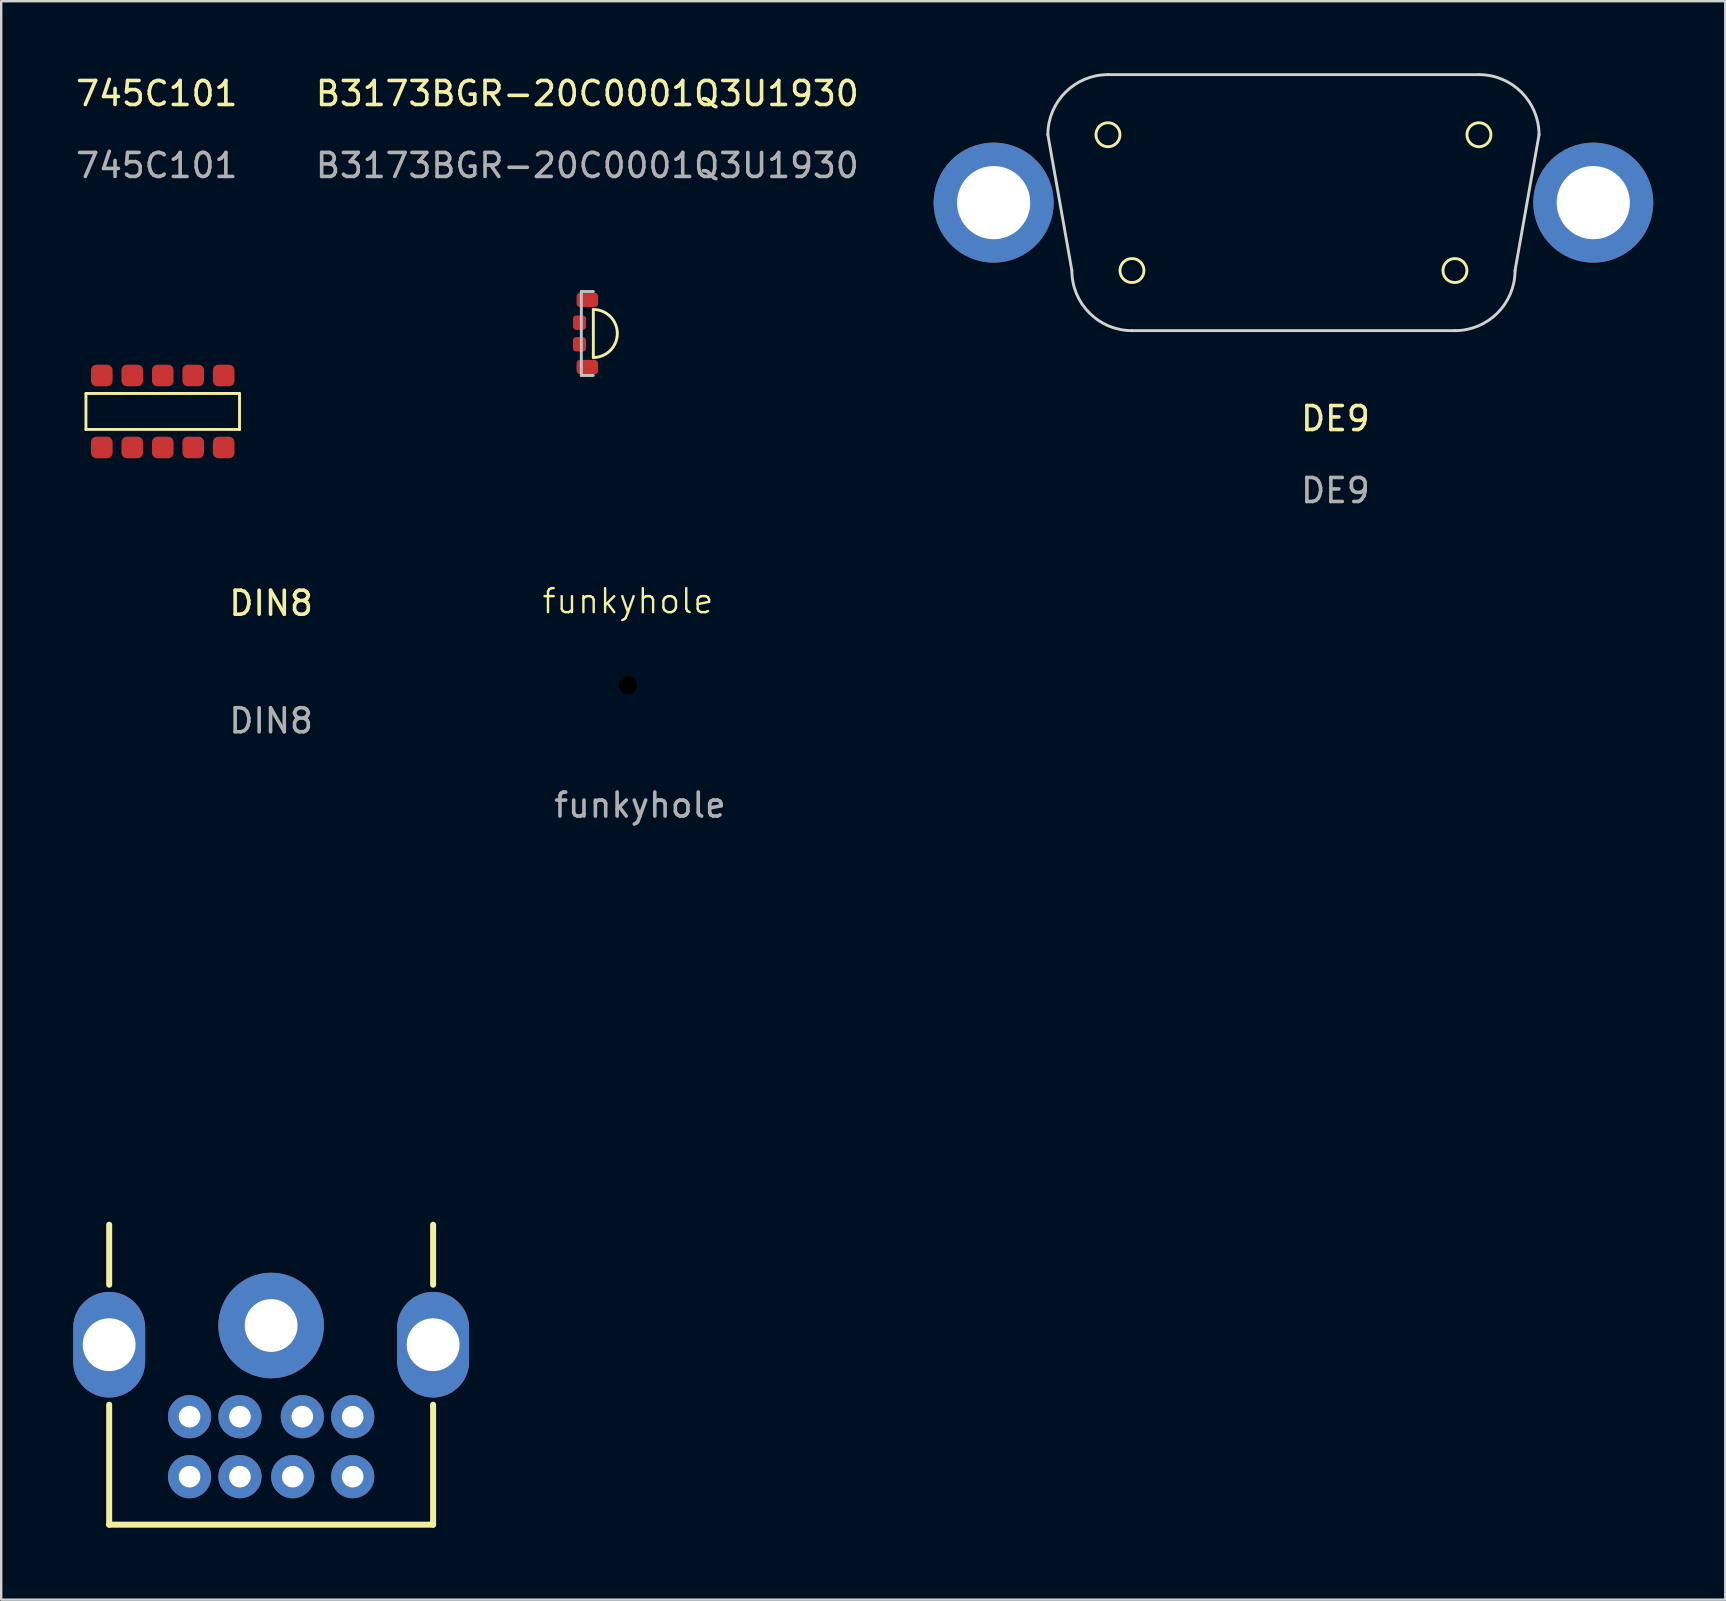
<source format=kicad_pcb>
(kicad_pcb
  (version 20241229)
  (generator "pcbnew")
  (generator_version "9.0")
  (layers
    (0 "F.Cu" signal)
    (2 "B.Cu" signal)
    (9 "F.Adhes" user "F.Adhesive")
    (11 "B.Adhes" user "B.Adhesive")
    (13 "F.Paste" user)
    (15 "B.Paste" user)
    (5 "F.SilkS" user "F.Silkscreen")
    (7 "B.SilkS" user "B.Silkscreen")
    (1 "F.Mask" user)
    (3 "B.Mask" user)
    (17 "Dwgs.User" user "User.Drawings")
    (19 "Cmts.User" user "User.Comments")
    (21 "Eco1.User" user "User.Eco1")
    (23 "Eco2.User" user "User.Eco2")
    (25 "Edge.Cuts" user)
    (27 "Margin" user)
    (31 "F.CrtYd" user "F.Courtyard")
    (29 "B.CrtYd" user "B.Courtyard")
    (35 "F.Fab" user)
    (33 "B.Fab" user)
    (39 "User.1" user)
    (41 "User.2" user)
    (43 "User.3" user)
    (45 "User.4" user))
  (footprint "DE9"
    (layer "F.Cu")
    (at 50.856 5.395)
    (property "Reference" "DE9" (at 1.75 9 0) (unlocked yes) (layer "F.SilkS") (effects (font (size 1 1) (thickness 0.15))))
    (attr through_hole)
    (fp_circle (center -7.73 -2.83) (end -7.23 -2.83) (stroke (width 0.12) (type solid)) (fill no) (layer "F.SilkS"))
    (fp_circle (center -6.73 2.83) (end -6.23 2.83) (stroke (width 0.12) (type solid)) (fill no) (layer "F.SilkS"))
    (fp_circle (center 6.73 2.83) (end 6.23 2.83) (stroke (width 0.12) (type solid)) (fill no) (layer "F.SilkS"))
    (fp_circle (center 7.73 -2.83) (end 7.23 -2.83) (stroke (width 0.12) (type solid)) (fill no) (layer "F.SilkS"))
    (fp_line (start -9.235 2.83) (end -10.235 -2.83) (stroke (width 0.12) (type solid)) (layer "Edge.Cuts"))
    (fp_line (start -7.73 -5.335) (end 7.73 -5.335) (stroke (width 0.12) (type solid)) (layer "Edge.Cuts"))
    (fp_line (start -6.73 5.335) (end 6.73 5.335) (stroke (width 0.12) (type solid)) (layer "Edge.Cuts"))
    (fp_line (start 9.235 2.83) (end 10.235 -2.83) (stroke (width 0.12) (type solid)) (layer "Edge.Cuts"))
    (fp_arc (start -10.235 -2.83) (mid -9.501302 -4.601302) (end -7.73 -5.335) (stroke (width 0.12) (type solid)) (layer "Edge.Cuts"))
    (fp_arc (start -6.73 5.335) (mid -8.501302 4.601302) (end -9.235 2.83) (stroke (width 0.12) (type solid)) (layer "Edge.Cuts"))
    (fp_arc (start 7.73 -5.335) (mid 9.501302 -4.601302) (end 10.235 -2.83) (stroke (width 0.12) (type solid)) (layer "Edge.Cuts"))
    (fp_arc (start 9.235 2.83) (mid 8.501302 4.601302) (end 6.73 5.335) (stroke (width 0.12) (type solid)) (layer "Edge.Cuts"))
    (fp_text user "${REFERENCE}" (at 1.75 12 0) (unlocked yes) (layer "F.Fab") (effects (font (size 1 1) (thickness 0.15))))
    (pad "1" thru_hole circle (at -12.495 0) (size 5 5) (drill 3.05) (layers "*.Cu" "*.Mask"))
    (pad "1" thru_hole circle (at 12.495 0) (size 5 5) (drill 3.05) (layers "*.Cu" "*.Mask")))
  (footprint "funkyhole"
    (layer "F.Cu")
    (at 23.121 25.504)
    (property "Reference" "funkyhole" (at 0 -3.5 0) (unlocked yes) (layer "F.SilkS") (effects (font (size 1 1) (thickness 0.1))))
    (attr through_hole)
    (fp_text user "${REFERENCE}" (at 0.5 5 0) (unlocked yes) (layer "F.Fab") (effects (font (size 1 1) (thickness 0.15))))
    (pad "" np_thru_hole circle (at 0 0) (size 1.57 1.57) (drill 0.762) (layers "*.Mask"))
    (zone (net_name "") (layer "B.Cu") (hatch edge 0.5) (connect_pads) (min_thickness 0.25) (filled_areas_thickness no) (keepout (tracks allowed) (vias allowed) (pads allowed) (copperpour not_allowed) (footprints allowed)) (placement (enabled no)) (fill) (polygon (pts (xy 23.865 25.504) (xy 23.846 25.338) (xy 23.791 25.181) (xy 23.702 25.04) (xy 23.585 24.923) (xy 23.444 24.834) (xy 23.287 24.779) (xy 23.121 24.761) (xy 22.956 24.779) (xy 22.799 24.834) (xy 22.658 24.923) (xy 22.54 25.04) (xy 22.452 25.181) (xy 22.397 25.338) (xy 22.378 25.504) (xy 22.397 25.669) (xy 22.452 25.826) (xy 22.54 25.967) (xy 22.658 26.085) (xy 22.799 26.173) (xy 22.956 26.228) (xy 23.121 26.247) (xy 23.287 26.228) (xy 23.444 26.173) (xy 23.585 26.085) (xy 23.702 25.967) (xy 23.791 25.826) (xy 23.846 25.669)))))
  (footprint "DIN8"
    (layer "F.Cu")
    (at 8.25 47.492)
    (property "Reference" "DIN8" (at 0 -25.4 0) (unlocked yes) (layer "F.SilkS") (effects (font (size 1 1) (thickness 0.15))))
    (attr through_hole)
    (fp_line (start -6.75 3) (end -6.75 0.5) (stroke (width 0.25) (type solid)) (layer "F.SilkS"))
    (fp_line (start -6.75 8) (end -6.75 13) (stroke (width 0.25) (type solid)) (layer "F.SilkS"))
    (fp_line (start -6.75 13) (end 6.75 13) (stroke (width 0.25) (type solid)) (layer "F.SilkS"))
    (fp_line (start 6.75 3) (end 6.75 0.5) (stroke (width 0.25) (type solid)) (layer "F.SilkS"))
    (fp_line (start 6.75 13) (end 6.75 8) (stroke (width 0.25) (type solid)) (layer "F.SilkS"))
    (fp_text user "${REFERENCE}" (at 0 -20.5 0) (unlocked yes) (layer "F.Fab") (effects (font (size 1 1) (thickness 0.15))))
    (pad "1" thru_hole circle (at -1.3 8.5) (size 1.8 1.8) (drill 0.9) (layers "*.Cu" "*.Mask"))
    (pad "2" thru_hole circle (at 1.3 8.5) (size 1.8 1.8) (drill 0.9) (layers "*.Cu" "*.Mask"))
    (pad "3" thru_hole circle (at -3.4 8.5) (size 1.8 1.8) (drill 0.9) (layers "*.Cu" "*.Mask"))
    (pad "4" thru_hole circle (at -1.3 11) (size 1.8 1.8) (drill 0.9) (layers "*.Cu" "*.Mask"))
    (pad "5" thru_hole circle (at 3.4 8.5) (size 1.8 1.8) (drill 0.9) (layers "*.Cu" "*.Mask"))
    (pad "6" thru_hole circle (at -3.4 11) (size 1.8 1.8) (drill 0.9) (layers "*.Cu" "*.Mask"))
    (pad "7" thru_hole circle (at 0.9 11) (size 1.8 1.8) (drill 0.9) (layers "*.Cu" "*.Mask"))
    (pad "8" thru_hole circle (at 3.4 11) (size 1.8 1.8) (drill 0.9) (layers "*.Cu" "*.Mask"))
    (pad "S" thru_hole oval (at -6.75 5.5) (size 3 4.4) (drill 2.2) (layers "*.Cu" "*.Mask"))
    (pad "S" thru_hole circle (at 0 4.7) (size 4.4 4.4) (drill 2.2) (layers "*.Cu" "*.Mask"))
    (pad "S" thru_hole oval (at 6.75 5.5) (size 3 4.4) (drill 2.2) (layers "*.Cu" "*.Mask")))
  (footprint "745C101"
    (layer "F.Cu")
    (at 3.732 14.098)
    (property "Reference" "745C101" (at -0.25 -13.25 0) (unlocked yes) (layer "F.SilkS") (effects (font (size 1 1) (thickness 0.15))))
    (attr smd)
    (fp_line (start -3.2 -0.75) (end -3.2 0.75) (stroke (width 0.12) (type solid)) (layer "F.SilkS"))
    (fp_line (start -3.2 -0.75) (end 3.2 -0.75) (stroke (width 0.12) (type solid)) (layer "F.SilkS"))
    (fp_line (start -3.2 0.75) (end 3.2 0.75) (stroke (width 0.12) (type solid)) (layer "F.SilkS"))
    (fp_line (start 3.2 -0.75) (end 3.2 0.75) (stroke (width 0.12) (type solid)) (layer "F.SilkS"))
    (fp_text user "${REFERENCE}" (at -0.25 -10.25 0) (unlocked yes) (layer "F.Fab") (effects (font (size 1 1) (thickness 0.15))))
    (pad "1" smd roundrect (at -2.54 -1.5) (size 0.9 0.9) (layers "F.Cu" "F.Mask" "F.Paste") (roundrect_rratio 0.25))
    (pad "1" smd roundrect (at 2.54 1.5) (size 0.9 0.9) (layers "F.Cu" "F.Mask" "F.Paste") (roundrect_rratio 0.25))
    (pad "2" smd roundrect (at -2.54 1.5) (size 0.9 0.9) (layers "F.Cu" "F.Mask" "F.Paste") (roundrect_rratio 0.25))
    (pad "3" smd roundrect (at -1.27 1.5) (size 0.9 0.9) (layers "F.Cu" "F.Mask" "F.Paste") (roundrect_rratio 0.25))
    (pad "4" smd roundrect (at 0 1.5) (size 0.9 0.9) (layers "F.Cu" "F.Mask" "F.Paste") (roundrect_rratio 0.25))
    (pad "5" smd roundrect (at 1.27 1.5) (size 0.9 0.9) (layers "F.Cu" "F.Mask" "F.Paste") (roundrect_rratio 0.25))
    (pad "6" smd roundrect (at 2.54 -1.5) (size 0.9 0.9) (layers "F.Cu" "F.Mask" "F.Paste") (roundrect_rratio 0.25))
    (pad "7" smd roundrect (at 1.27 -1.5) (size 0.9 0.9) (layers "F.Cu" "F.Mask" "F.Paste") (roundrect_rratio 0.25))
    (pad "8" smd roundrect (at 0 -1.5) (size 0.9 0.9) (layers "F.Cu" "F.Mask" "F.Paste") (roundrect_rratio 0.25))
    (pad "9" smd roundrect (at -1.27 -1.5) (size 0.9 0.9) (layers "F.Cu" "F.Mask" "F.Paste") (roundrect_rratio 0.25)))
  (footprint "B3173BGR-20C0001Q3U1930"
    (layer "F.Cu")
    (at 21.427 10.848)
    (property "Reference" "B3173BGR-20C0001Q3U1930" (at 0 -10 0) (unlocked yes) (layer "F.SilkS") (effects (font (size 1 1) (thickness 0.15))))
    (attr smd)
    (fp_line (start 0.25 -1) (end 0.25 1) (stroke (width 0.12) (type solid)) (layer "F.SilkS"))
    (fp_arc (start 0.25 -1) (mid 1.25 0) (end 0.25 1) (stroke (width 0.12) (type solid)) (layer "F.SilkS"))
    (fp_line (start -0.25 -1.75) (end 0.25 -1.75) (stroke (width 0.12) (type solid)) (layer "Dwgs.User"))
    (fp_line (start -0.25 1.75) (end -0.25 -1.75) (stroke (width 0.12) (type solid)) (layer "Dwgs.User"))
    (fp_line (start 0.25 1.75) (end -0.25 1.75) (stroke (width 0.12) (type solid)) (layer "Dwgs.User"))
    (fp_text user "${REFERENCE}" (at 0 -7 0) (unlocked yes) (layer "F.Fab") (effects (font (size 1 1) (thickness 0.15))))
    (pad "1" smd roundrect (at 0 1.4) (size 0.9 0.6) (layers "F.Cu" "F.Mask" "F.Paste") (roundrect_rratio 0.25))
    (pad "2" smd roundrect (at -0.325 0.45) (size 0.55 0.6) (layers "F.Cu" "F.Mask" "F.Paste") (roundrect_rratio 0.25))
    (pad "3" smd roundrect (at -0.325 -0.45) (size 0.55 0.6) (layers "F.Cu" "F.Mask" "F.Paste") (roundrect_rratio 0.25))
    (pad "4" smd roundrect (at 0 -1.4) (size 0.9 0.6) (layers "F.Cu" "F.Mask" "F.Paste") (roundrect_rratio 0.25)))
  (gr_rect
    (start -3 -3)
    (end 68.851 63.617)
    (stroke (width 0.1) (type default))
    (fill no)
    (layer "Edge.Cuts")))
</source>
